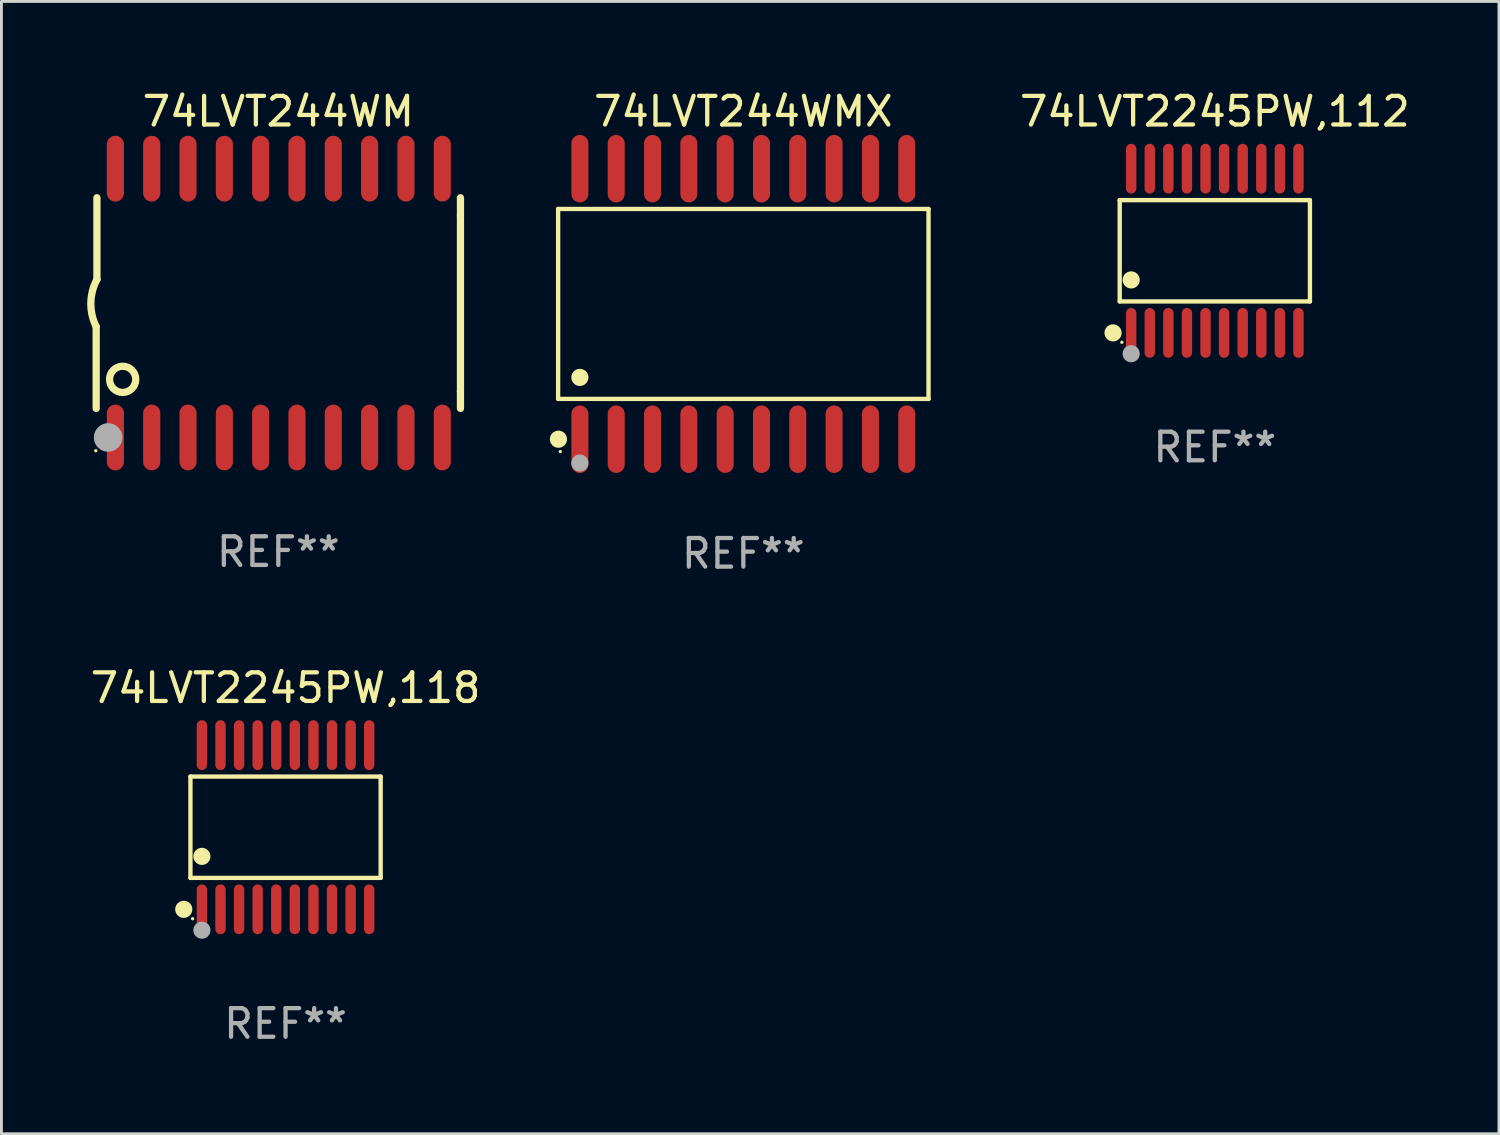
<source format=kicad_pcb>
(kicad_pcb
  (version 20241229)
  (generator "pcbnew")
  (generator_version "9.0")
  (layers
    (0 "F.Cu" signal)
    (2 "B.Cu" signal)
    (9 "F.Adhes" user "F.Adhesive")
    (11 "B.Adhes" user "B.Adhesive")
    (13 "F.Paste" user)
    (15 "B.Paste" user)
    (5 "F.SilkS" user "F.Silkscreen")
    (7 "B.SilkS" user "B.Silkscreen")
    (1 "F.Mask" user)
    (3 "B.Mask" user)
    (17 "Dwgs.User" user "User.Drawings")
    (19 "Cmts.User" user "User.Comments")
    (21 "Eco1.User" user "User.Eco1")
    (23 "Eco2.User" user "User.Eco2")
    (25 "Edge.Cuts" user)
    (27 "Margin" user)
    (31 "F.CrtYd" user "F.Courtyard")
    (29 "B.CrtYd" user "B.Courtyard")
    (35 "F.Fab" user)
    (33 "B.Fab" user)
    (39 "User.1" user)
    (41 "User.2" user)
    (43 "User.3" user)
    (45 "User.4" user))
  (footprint "74LVT2245PW,112"
    (layer "F.Cu")
    (at 39.429 5.719)
    (property "Reference" "74LVT2245PW,112" (at 0 -4.871 0) (layer "F.SilkS") (effects (font (size 1 1) (thickness 0.15))))
    (attr through_hole)
    (fp_line (start -3.326 -1.771) (end 3.326 -1.771) (stroke (width 0.152) (type solid)) (layer "F.SilkS"))
    (fp_line (start -3.326 1.771) (end -3.326 -1.771) (stroke (width 0.152) (type solid)) (layer "F.SilkS"))
    (fp_line (start 3.326 -1.771) (end 3.326 1.771) (stroke (width 0.152) (type solid)) (layer "F.SilkS"))
    (fp_line (start 3.326 1.771) (end -3.326 1.771) (stroke (width 0.152) (type solid)) (layer "F.SilkS"))
    (fp_circle (center -3.559 2.871) (end -3.409 2.871) (stroke (width 0.3) (type solid)) (fill no) (layer "F.SilkS"))
    (fp_circle (center -3.25 3.2) (end -3.22 3.2) (stroke (width 0.06) (type solid)) (fill no) (layer "F.SilkS"))
    (fp_circle (center -2.925 1.019) (end -2.775 1.019) (stroke (width 0.3) (type solid)) (fill no) (layer "F.SilkS"))
    (fp_circle (center -2.925 3.6) (end -2.775 3.6) (stroke (width 0.3) (type solid)) (fill no) (layer "F.Fab"))
    (fp_text user "REF**" (at 0 6.871 0) (layer "F.Fab") (effects (font (size 1 1) (thickness 0.15))))
    (pad "1" smd oval (at -2.925 2.871) (size 0.364 1.742) (layers "F.Cu" "F.Mask" "F.Paste"))
    (pad "2" smd oval (at -2.275 2.871) (size 0.364 1.742) (layers "F.Cu" "F.Mask" "F.Paste"))
    (pad "3" smd oval (at -1.625 2.871) (size 0.364 1.742) (layers "F.Cu" "F.Mask" "F.Paste"))
    (pad "4" smd oval (at -0.975 2.871) (size 0.364 1.742) (layers "F.Cu" "F.Mask" "F.Paste"))
    (pad "5" smd oval (at -0.325 2.871) (size 0.364 1.742) (layers "F.Cu" "F.Mask" "F.Paste"))
    (pad "6" smd oval (at 0.325 2.871) (size 0.364 1.742) (layers "F.Cu" "F.Mask" "F.Paste"))
    (pad "7" smd oval (at 0.975 2.871) (size 0.364 1.742) (layers "F.Cu" "F.Mask" "F.Paste"))
    (pad "8" smd oval (at 1.625 2.871) (size 0.364 1.742) (layers "F.Cu" "F.Mask" "F.Paste"))
    (pad "9" smd oval (at 2.275 2.871) (size 0.364 1.742) (layers "F.Cu" "F.Mask" "F.Paste"))
    (pad "10" smd oval (at 2.925 2.871) (size 0.364 1.742) (layers "F.Cu" "F.Mask" "F.Paste"))
    (pad "11" smd oval (at 2.925 -2.871) (size 0.364 1.742) (layers "F.Cu" "F.Mask" "F.Paste"))
    (pad "12" smd oval (at 2.275 -2.871) (size 0.364 1.742) (layers "F.Cu" "F.Mask" "F.Paste"))
    (pad "13" smd oval (at 1.625 -2.871) (size 0.364 1.742) (layers "F.Cu" "F.Mask" "F.Paste"))
    (pad "14" smd oval (at 0.975 -2.871) (size 0.364 1.742) (layers "F.Cu" "F.Mask" "F.Paste"))
    (pad "15" smd oval (at 0.325 -2.871) (size 0.364 1.742) (layers "F.Cu" "F.Mask" "F.Paste"))
    (pad "16" smd oval (at -0.325 -2.871) (size 0.364 1.742) (layers "F.Cu" "F.Mask" "F.Paste"))
    (pad "17" smd oval (at -0.975 -2.871) (size 0.364 1.742) (layers "F.Cu" "F.Mask" "F.Paste"))
    (pad "18" smd oval (at -1.625 -2.871) (size 0.364 1.742) (layers "F.Cu" "F.Mask" "F.Paste"))
    (pad "19" smd oval (at -2.275 -2.871) (size 0.364 1.742) (layers "F.Cu" "F.Mask" "F.Paste"))
    (pad "20" smd oval (at -2.925 -2.871) (size 0.364 1.742) (layers "F.Cu" "F.Mask" "F.Paste")))
  (footprint "74LVT244WM"
    (layer "F.Cu")
    (at 6.682 7.548)
    (property "Reference" "74LVT244WM" (at 0 -6.7 0) (layer "F.SilkS") (effects (font (size 1 1) (thickness 0.15))))
    (attr through_hole)
    (fp_line (start -6.369 0.826) (end -6.369 3.683) (stroke (width 0.254) (type solid)) (layer "F.SilkS"))
    (fp_line (start -6.343 -0.825) (end -6.343 -3.683) (stroke (width 0.254) (type solid)) (layer "F.SilkS"))
    (fp_line (start 6.369 -3.048) (end 6.369 -3.683) (stroke (width 0.254) (type solid)) (layer "F.SilkS"))
    (fp_line (start 6.369 -3.048) (end 6.369 3.096) (stroke (width 0.254) (type solid)) (layer "F.SilkS"))
    (fp_line (start 6.369 3.096) (end 6.369 3.683) (stroke (width 0.254) (type solid)) (layer "F.SilkS"))
    (fp_arc (start -6.36853 0.825552) (mid -6.554743 -0.00301) (end -6.343129 -0.825451) (stroke (width 0.254001) (type solid)) (layer "F.SilkS"))
    (fp_circle (center -6.382 5.163) (end -6.352 5.163) (stroke (width 0.06) (type solid)) (fill no) (layer "F.SilkS"))
    (fp_circle (center -5.443 2.667) (end -4.985 2.667) (stroke (width 0.254) (type solid)) (fill no) (layer "F.SilkS"))
    (fp_circle (center -5.951 4.699) (end -5.701 4.699) (stroke (width 0.5) (type solid)) (fill no) (layer "F.Fab"))
    (fp_text user "REF**" (at 0 8.7 0) (layer "F.Fab") (effects (font (size 1 1) (thickness 0.15))))
    (pad "1" smd oval (at -5.697 4.7 180) (size 0.6 2.3) (layers "F.Cu" "F.Mask" "F.Paste"))
    (pad "2" smd oval (at -4.427 4.7 180) (size 0.6 2.3) (layers "F.Cu" "F.Mask" "F.Paste"))
    (pad "3" smd oval (at -3.157 4.7 180) (size 0.6 2.3) (layers "F.Cu" "F.Mask" "F.Paste"))
    (pad "4" smd oval (at -1.887 4.7 180) (size 0.6 2.3) (layers "F.Cu" "F.Mask" "F.Paste"))
    (pad "5" smd oval (at -0.617 4.7 180) (size 0.6 2.3) (layers "F.Cu" "F.Mask" "F.Paste"))
    (pad "6" smd oval (at 0.653 4.7 180) (size 0.6 2.3) (layers "F.Cu" "F.Mask" "F.Paste"))
    (pad "7" smd oval (at 1.923 4.7 180) (size 0.6 2.3) (layers "F.Cu" "F.Mask" "F.Paste"))
    (pad "8" smd oval (at 3.193 4.7 180) (size 0.6 2.3) (layers "F.Cu" "F.Mask" "F.Paste"))
    (pad "9" smd oval (at 4.463 4.7 180) (size 0.6 2.3) (layers "F.Cu" "F.Mask" "F.Paste"))
    (pad "10" smd oval (at 5.734 4.7 180) (size 0.6 2.3) (layers "F.Cu" "F.Mask" "F.Paste"))
    (pad "11" smd oval (at 5.734 -4.7 180) (size 0.6 2.3) (layers "F.Cu" "F.Mask" "F.Paste"))
    (pad "12" smd oval (at 4.463 -4.7 180) (size 0.6 2.3) (layers "F.Cu" "F.Mask" "F.Paste"))
    (pad "13" smd oval (at 3.193 -4.7 180) (size 0.6 2.3) (layers "F.Cu" "F.Mask" "F.Paste"))
    (pad "14" smd oval (at 1.923 -4.7 180) (size 0.6 2.3) (layers "F.Cu" "F.Mask" "F.Paste"))
    (pad "15" smd oval (at 0.653 -4.7 180) (size 0.6 2.3) (layers "F.Cu" "F.Mask" "F.Paste"))
    (pad "16" smd oval (at -0.617 -4.7 180) (size 0.6 2.3) (layers "F.Cu" "F.Mask" "F.Paste"))
    (pad "17" smd oval (at -1.887 -4.7 180) (size 0.6 2.3) (layers "F.Cu" "F.Mask" "F.Paste"))
    (pad "18" smd oval (at -3.157 -4.7 180) (size 0.6 2.3) (layers "F.Cu" "F.Mask" "F.Paste"))
    (pad "19" smd oval (at -4.427 -4.7 180) (size 0.6 2.3) (layers "F.Cu" "F.Mask" "F.Paste"))
    (pad "20" smd oval (at -5.697 -4.7 180) (size 0.6 2.3) (layers "F.Cu" "F.Mask" "F.Paste")))
  (footprint "74LVT2245PW,118"
    (layer "F.Cu")
    (at 6.935 25.876)
    (property "Reference" "74LVT2245PW,118" (at 0 -4.871 0) (layer "F.SilkS") (effects (font (size 1 1) (thickness 0.15))))
    (attr through_hole)
    (fp_line (start -3.326 -1.771) (end 3.326 -1.771) (stroke (width 0.152) (type solid)) (layer "F.SilkS"))
    (fp_line (start -3.326 1.771) (end -3.326 -1.771) (stroke (width 0.152) (type solid)) (layer "F.SilkS"))
    (fp_line (start 3.326 -1.771) (end 3.326 1.771) (stroke (width 0.152) (type solid)) (layer "F.SilkS"))
    (fp_line (start 3.326 1.771) (end -3.326 1.771) (stroke (width 0.152) (type solid)) (layer "F.SilkS"))
    (fp_circle (center -3.559 2.871) (end -3.409 2.871) (stroke (width 0.3) (type solid)) (fill no) (layer "F.SilkS"))
    (fp_circle (center -3.25 3.2) (end -3.22 3.2) (stroke (width 0.06) (type solid)) (fill no) (layer "F.SilkS"))
    (fp_circle (center -2.925 1.019) (end -2.775 1.019) (stroke (width 0.3) (type solid)) (fill no) (layer "F.SilkS"))
    (fp_circle (center -2.925 3.6) (end -2.775 3.6) (stroke (width 0.3) (type solid)) (fill no) (layer "F.Fab"))
    (fp_text user "REF**" (at 0 6.871 0) (layer "F.Fab") (effects (font (size 1 1) (thickness 0.15))))
    (pad "1" smd oval (at -2.925 2.871) (size 0.364 1.742) (layers "F.Cu" "F.Mask" "F.Paste"))
    (pad "2" smd oval (at -2.275 2.871) (size 0.364 1.742) (layers "F.Cu" "F.Mask" "F.Paste"))
    (pad "3" smd oval (at -1.625 2.871) (size 0.364 1.742) (layers "F.Cu" "F.Mask" "F.Paste"))
    (pad "4" smd oval (at -0.975 2.871) (size 0.364 1.742) (layers "F.Cu" "F.Mask" "F.Paste"))
    (pad "5" smd oval (at -0.325 2.871) (size 0.364 1.742) (layers "F.Cu" "F.Mask" "F.Paste"))
    (pad "6" smd oval (at 0.325 2.871) (size 0.364 1.742) (layers "F.Cu" "F.Mask" "F.Paste"))
    (pad "7" smd oval (at 0.975 2.871) (size 0.364 1.742) (layers "F.Cu" "F.Mask" "F.Paste"))
    (pad "8" smd oval (at 1.625 2.871) (size 0.364 1.742) (layers "F.Cu" "F.Mask" "F.Paste"))
    (pad "9" smd oval (at 2.275 2.871) (size 0.364 1.742) (layers "F.Cu" "F.Mask" "F.Paste"))
    (pad "10" smd oval (at 2.925 2.871) (size 0.364 1.742) (layers "F.Cu" "F.Mask" "F.Paste"))
    (pad "11" smd oval (at 2.925 -2.871) (size 0.364 1.742) (layers "F.Cu" "F.Mask" "F.Paste"))
    (pad "12" smd oval (at 2.275 -2.871) (size 0.364 1.742) (layers "F.Cu" "F.Mask" "F.Paste"))
    (pad "13" smd oval (at 1.625 -2.871) (size 0.364 1.742) (layers "F.Cu" "F.Mask" "F.Paste"))
    (pad "14" smd oval (at 0.975 -2.871) (size 0.364 1.742) (layers "F.Cu" "F.Mask" "F.Paste"))
    (pad "15" smd oval (at 0.325 -2.871) (size 0.364 1.742) (layers "F.Cu" "F.Mask" "F.Paste"))
    (pad "16" smd oval (at -0.325 -2.871) (size 0.364 1.742) (layers "F.Cu" "F.Mask" "F.Paste"))
    (pad "17" smd oval (at -0.975 -2.871) (size 0.364 1.742) (layers "F.Cu" "F.Mask" "F.Paste"))
    (pad "18" smd oval (at -1.625 -2.871) (size 0.364 1.742) (layers "F.Cu" "F.Mask" "F.Paste"))
    (pad "19" smd oval (at -2.275 -2.871) (size 0.364 1.742) (layers "F.Cu" "F.Mask" "F.Paste"))
    (pad "20" smd oval (at -2.925 -2.871) (size 0.364 1.742) (layers "F.Cu" "F.Mask" "F.Paste")))
  (footprint "74LVT244WMX"
    (layer "F.Cu")
    (at 22.942 7.578)
    (property "Reference" "74LVT244WMX" (at 0 -6.73 0) (layer "F.SilkS") (effects (font (size 1 1) (thickness 0.15))))
    (attr through_hole)
    (fp_line (start -6.476 -3.321) (end 6.476 -3.321) (stroke (width 0.152) (type solid)) (layer "F.SilkS"))
    (fp_line (start -6.476 3.321) (end -6.476 -3.321) (stroke (width 0.152) (type solid)) (layer "F.SilkS"))
    (fp_line (start 6.476 -3.321) (end 6.476 3.321) (stroke (width 0.152) (type solid)) (layer "F.SilkS"))
    (fp_line (start 6.476 3.321) (end -6.476 3.321) (stroke (width 0.152) (type solid)) (layer "F.SilkS"))
    (fp_circle (center -6.465 4.73) (end -6.315 4.73) (stroke (width 0.3) (type solid)) (fill no) (layer "F.SilkS"))
    (fp_circle (center -6.4 5.163) (end -6.37 5.163) (stroke (width 0.06) (type solid)) (fill no) (layer "F.SilkS"))
    (fp_circle (center -5.715 2.569) (end -5.565 2.569) (stroke (width 0.3) (type solid)) (fill no) (layer "F.SilkS"))
    (fp_circle (center -5.715 5.563) (end -5.565 5.563) (stroke (width 0.3) (type solid)) (fill no) (layer "F.Fab"))
    (fp_text user "REF**" (at 0 8.73 0) (layer "F.Fab") (effects (font (size 1 1) (thickness 0.15))))
    (pad "1" smd oval (at -5.715 4.73) (size 0.595 2.36) (layers "F.Cu" "F.Mask" "F.Paste"))
    (pad "2" smd oval (at -4.445 4.73) (size 0.595 2.36) (layers "F.Cu" "F.Mask" "F.Paste"))
    (pad "3" smd oval (at -3.175 4.73) (size 0.595 2.36) (layers "F.Cu" "F.Mask" "F.Paste"))
    (pad "4" smd oval (at -1.905 4.73) (size 0.595 2.36) (layers "F.Cu" "F.Mask" "F.Paste"))
    (pad "5" smd oval (at -0.635 4.73) (size 0.595 2.36) (layers "F.Cu" "F.Mask" "F.Paste"))
    (pad "6" smd oval (at 0.635 4.73) (size 0.595 2.36) (layers "F.Cu" "F.Mask" "F.Paste"))
    (pad "7" smd oval (at 1.905 4.73) (size 0.595 2.36) (layers "F.Cu" "F.Mask" "F.Paste"))
    (pad "8" smd oval (at 3.175 4.73) (size 0.595 2.36) (layers "F.Cu" "F.Mask" "F.Paste"))
    (pad "9" smd oval (at 4.445 4.73) (size 0.595 2.36) (layers "F.Cu" "F.Mask" "F.Paste"))
    (pad "10" smd oval (at 5.715 4.73) (size 0.595 2.36) (layers "F.Cu" "F.Mask" "F.Paste"))
    (pad "11" smd oval (at 5.715 -4.73) (size 0.595 2.36) (layers "F.Cu" "F.Mask" "F.Paste"))
    (pad "12" smd oval (at 4.445 -4.73) (size 0.595 2.36) (layers "F.Cu" "F.Mask" "F.Paste"))
    (pad "13" smd oval (at 3.175 -4.73) (size 0.595 2.36) (layers "F.Cu" "F.Mask" "F.Paste"))
    (pad "14" smd oval (at 1.905 -4.73) (size 0.595 2.36) (layers "F.Cu" "F.Mask" "F.Paste"))
    (pad "15" smd oval (at 0.635 -4.73) (size 0.595 2.36) (layers "F.Cu" "F.Mask" "F.Paste"))
    (pad "16" smd oval (at -0.635 -4.73) (size 0.595 2.36) (layers "F.Cu" "F.Mask" "F.Paste"))
    (pad "17" smd oval (at -1.905 -4.73) (size 0.595 2.36) (layers "F.Cu" "F.Mask" "F.Paste"))
    (pad "18" smd oval (at -3.175 -4.73) (size 0.595 2.36) (layers "F.Cu" "F.Mask" "F.Paste"))
    (pad "19" smd oval (at -4.445 -4.73) (size 0.595 2.36) (layers "F.Cu" "F.Mask" "F.Paste"))
    (pad "20" smd oval (at -5.715 -4.73) (size 0.595 2.36) (layers "F.Cu" "F.Mask" "F.Paste")))
  (gr_rect
    (start -3 -3)
    (end 49.364 36.595)
    (stroke (width 0.1) (type default))
    (fill no)
    (layer "Edge.Cuts")))
</source>
